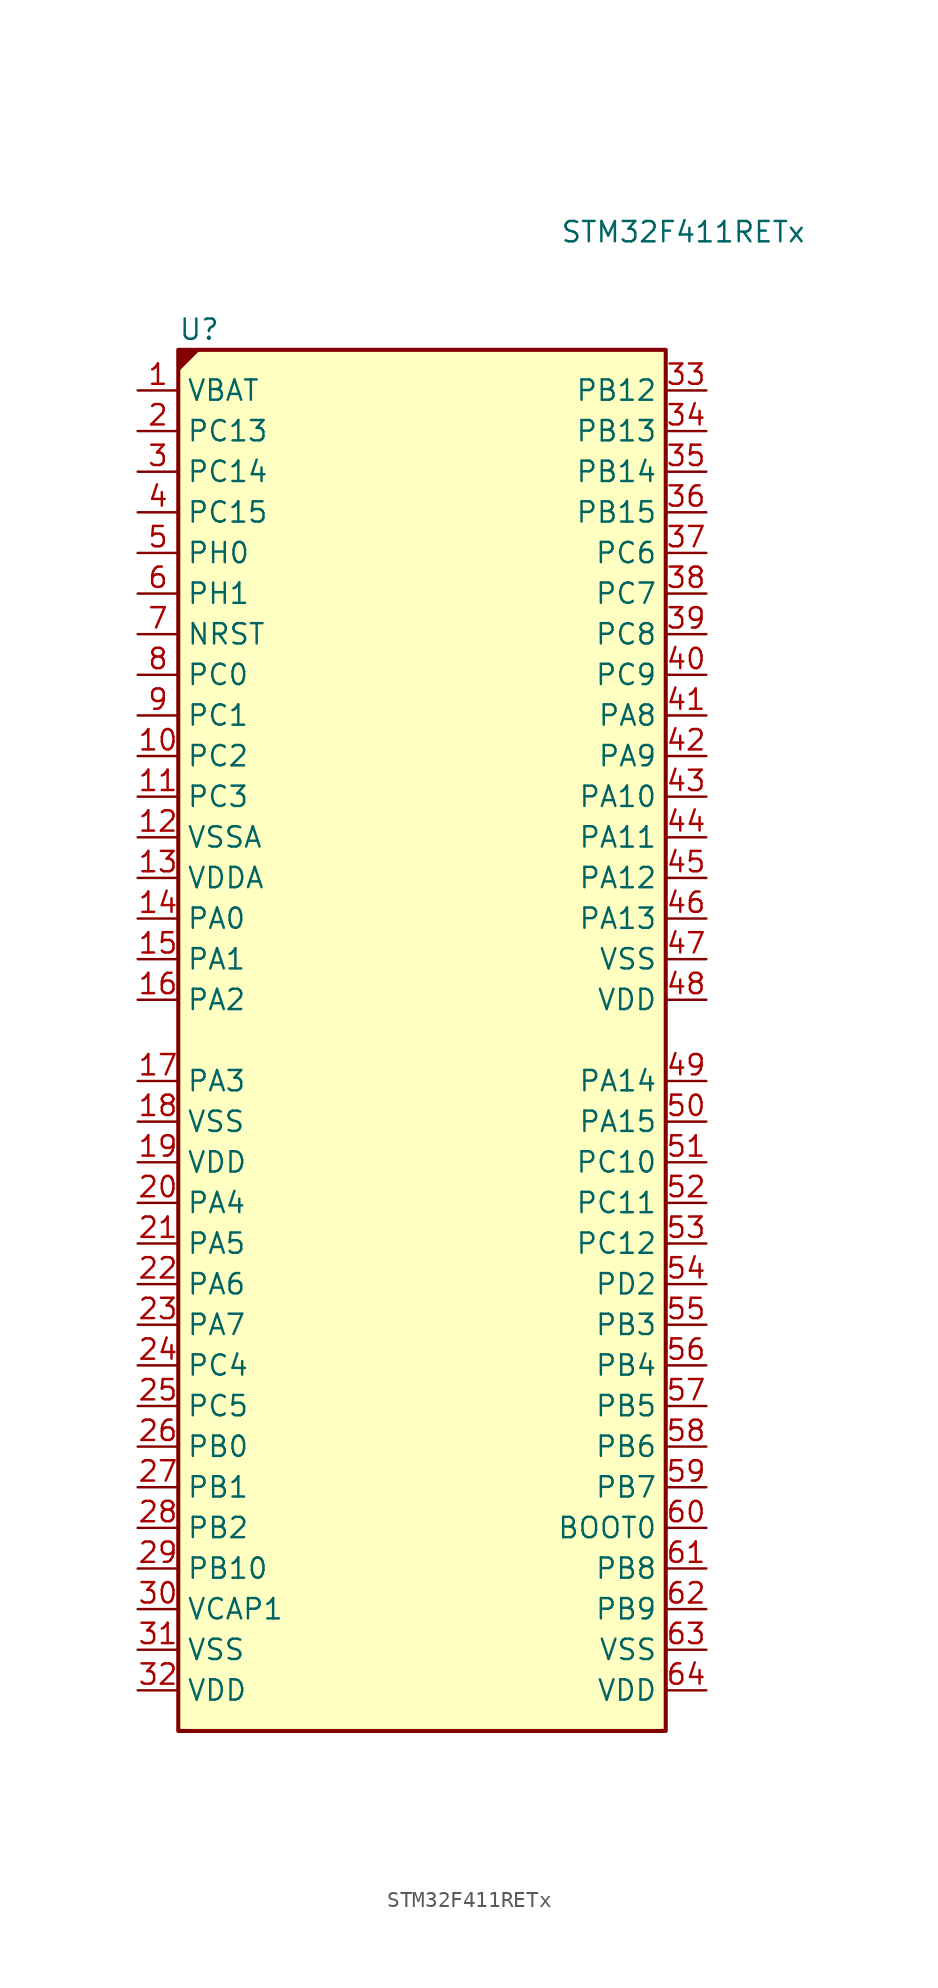
<source format=kicad_sym>
(kicad_symbol_lib
  (version 20231120)
  (generator "kicad_symbol_editor")
  (generator_version "8.0")
  (symbol "STM32F411RETx"
    (property "Reference" "U"
      (at -15.24 44.45 0)
      (effects (font (size 1.27 1.27)) (justify left)))
    (property "Value" "STM32F411RETx"
      (at 8.636 50.546 0)
      (effects (font (size 1.27 1.27)) (justify left)))
    (property "ki_locked" ""
      (at 0 0 0)
      (effects (font (size 1.27 1.27))))
    (symbol "STM32F411RETx_0_1"
      (rectangle (start -15.24 -43.18) (end 15.24 43.18) (stroke (width 0.254) (type default)) (fill (type background))))
    (symbol "STM32F411RETx_1_1"
      (polyline (pts (xy -15.24 43.18) (xy -13.97 43.18) (xy -15.24 41.91) (xy -15.24 43.18)) (stroke (width 0) (type default)) (fill (type outline)))
      (pin power_in line (at -17.78 40.64 0) (length 2.54) (name "VBAT" (effects (font (size 1.27 1.27)))) (number "1" (effects (font (size 1.27 1.27)))))
      (pin bidirectional line (at -17.78 17.78 0) (length 2.54) (name "PC2" (effects (font (size 1.27 1.27)))) (number "10" (effects (font (size 1.27 1.27)))) (alternate "ADC1_IN12" bidirectional line) (alternate "I2S2_ext_SD" bidirectional line) (alternate "SPI2_MISO" bidirectional line))
      (pin bidirectional line (at -17.78 15.24 0) (length 2.54) (name "PC3" (effects (font (size 1.27 1.27)))) (number "11" (effects (font (size 1.27 1.27)))) (alternate "ADC1_IN13" bidirectional line) (alternate "I2S2_SD" bidirectional line) (alternate "SPI2_MOSI" bidirectional line))
      (pin power_in line (at -17.78 12.7 0) (length 2.54) (name "VSSA" (effects (font (size 1.27 1.27)))) (number "12" (effects (font (size 1.27 1.27)))))
      (pin power_in line (at -17.78 10.16 0) (length 2.54) (name "VDDA" (effects (font (size 1.27 1.27)))) (number "13" (effects (font (size 1.27 1.27)))))
      (pin bidirectional line (at -17.78 7.62 0) (length 2.54) (name "PA0" (effects (font (size 1.27 1.27)))) (number "14" (effects (font (size 1.27 1.27)))) (alternate "ADC1_IN0" bidirectional line) (alternate "SYS_WKUP" bidirectional line) (alternate "TIM2_CH1" bidirectional line) (alternate "TIM2_ETR" bidirectional line) (alternate "TIM5_CH1" bidirectional line) (alternate "USART2_CTS" bidirectional line))
      (pin bidirectional line (at -17.78 5.08 0) (length 2.54) (name "PA1" (effects (font (size 1.27 1.27)))) (number "15" (effects (font (size 1.27 1.27)))) (alternate "ADC1_IN1" bidirectional line) (alternate "I2S4_SD" bidirectional line) (alternate "SPI4_MOSI" bidirectional line) (alternate "TIM2_CH2" bidirectional line) (alternate "TIM5_CH2" bidirectional line) (alternate "USART2_RTS" bidirectional line))
      (pin bidirectional line (at -17.78 2.54 0) (length 2.54) (name "PA2" (effects (font (size 1.27 1.27)))) (number "16" (effects (font (size 1.27 1.27)))) (alternate "ADC1_IN2" bidirectional line) (alternate "I2S_CKIN" bidirectional line) (alternate "TIM2_CH3" bidirectional line) (alternate "TIM5_CH3" bidirectional line) (alternate "TIM9_CH1" bidirectional line) (alternate "USART2_TX" bidirectional line))
      (pin bidirectional line (at -17.78 -2.54 0) (length 2.54) (name "PA3" (effects (font (size 1.27 1.27)))) (number "17" (effects (font (size 1.27 1.27)))) (alternate "ADC1_IN3" bidirectional line) (alternate "I2S2_MCK" bidirectional line) (alternate "TIM2_CH4" bidirectional line) (alternate "TIM5_CH4" bidirectional line) (alternate "TIM9_CH2" bidirectional line) (alternate "USART2_RX" bidirectional line))
      (pin power_in line (at -17.78 -5.08 0) (length 2.54) (name "VSS" (effects (font (size 1.27 1.27)))) (number "18" (effects (font (size 1.27 1.27)))))
      (pin power_in line (at -17.78 -7.62 0) (length 2.54) (name "VDD" (effects (font (size 1.27 1.27)))) (number "19" (effects (font (size 1.27 1.27)))))
      (pin bidirectional line (at -17.78 38.1 0) (length 2.54) (name "PC13" (effects (font (size 1.27 1.27)))) (number "2" (effects (font (size 1.27 1.27)))) (alternate "RTC_AF1" bidirectional line))
      (pin bidirectional line (at -17.78 -10.16 0) (length 2.54) (name "PA4" (effects (font (size 1.27 1.27)))) (number "20" (effects (font (size 1.27 1.27)))) (alternate "ADC1_IN4" bidirectional line) (alternate "I2S1_WS" bidirectional line) (alternate "I2S3_WS" bidirectional line) (alternate "SPI1_NSS" bidirectional line) (alternate "SPI3_NSS" bidirectional line) (alternate "USART2_CK" bidirectional line))
      (pin bidirectional line (at -17.78 -12.7 0) (length 2.54) (name "PA5" (effects (font (size 1.27 1.27)))) (number "21" (effects (font (size 1.27 1.27)))) (alternate "ADC1_IN5" bidirectional line) (alternate "I2S1_CK" bidirectional line) (alternate "SPI1_SCK" bidirectional line) (alternate "TIM2_CH1" bidirectional line) (alternate "TIM2_ETR" bidirectional line))
      (pin bidirectional line (at -17.78 -15.24 0) (length 2.54) (name "PA6" (effects (font (size 1.27 1.27)))) (number "22" (effects (font (size 1.27 1.27)))) (alternate "ADC1_IN6" bidirectional line) (alternate "I2S2_MCK" bidirectional line) (alternate "SDIO_CMD" bidirectional line) (alternate "SPI1_MISO" bidirectional line) (alternate "TIM1_BKIN" bidirectional line) (alternate "TIM3_CH1" bidirectional line))
      (pin bidirectional line (at -17.78 -17.78 0) (length 2.54) (name "PA7" (effects (font (size 1.27 1.27)))) (number "23" (effects (font (size 1.27 1.27)))) (alternate "ADC1_IN7" bidirectional line) (alternate "I2S1_SD" bidirectional line) (alternate "SPI1_MOSI" bidirectional line) (alternate "TIM1_CH1N" bidirectional line) (alternate "TIM3_CH2" bidirectional line))
      (pin bidirectional line (at -17.78 -20.32 0) (length 2.54) (name "PC4" (effects (font (size 1.27 1.27)))) (number "24" (effects (font (size 1.27 1.27)))) (alternate "ADC1_IN14" bidirectional line))
      (pin bidirectional line (at -17.78 -22.86 0) (length 2.54) (name "PC5" (effects (font (size 1.27 1.27)))) (number "25" (effects (font (size 1.27 1.27)))) (alternate "ADC1_IN15" bidirectional line))
      (pin bidirectional line (at -17.78 -25.4 0) (length 2.54) (name "PB0" (effects (font (size 1.27 1.27)))) (number "26" (effects (font (size 1.27 1.27)))) (alternate "ADC1_IN8" bidirectional line) (alternate "I2S5_CK" bidirectional line) (alternate "SPI5_SCK" bidirectional line) (alternate "TIM1_CH2N" bidirectional line) (alternate "TIM3_CH3" bidirectional line))
      (pin bidirectional line (at -17.78 -27.94 0) (length 2.54) (name "PB1" (effects (font (size 1.27 1.27)))) (number "27" (effects (font (size 1.27 1.27)))) (alternate "ADC1_IN9" bidirectional line) (alternate "I2S5_WS" bidirectional line) (alternate "SPI5_NSS" bidirectional line) (alternate "TIM1_CH3N" bidirectional line) (alternate "TIM3_CH4" bidirectional line))
      (pin bidirectional line (at -17.78 -30.48 0) (length 2.54) (name "PB2" (effects (font (size 1.27 1.27)))) (number "28" (effects (font (size 1.27 1.27)))))
      (pin bidirectional line (at -17.78 -33.02 0) (length 2.54) (name "PB10" (effects (font (size 1.27 1.27)))) (number "29" (effects (font (size 1.27 1.27)))) (alternate "I2C2_SCL" bidirectional line) (alternate "I2S2_CK" bidirectional line) (alternate "I2S3_MCK" bidirectional line) (alternate "SDIO_D7" bidirectional line) (alternate "SPI2_SCK" bidirectional line) (alternate "TIM2_CH3" bidirectional line))
      (pin bidirectional line (at -17.78 35.56 0) (length 2.54) (name "PC14" (effects (font (size 1.27 1.27)))) (number "3" (effects (font (size 1.27 1.27)))) (alternate "RCC_OSC32_IN" bidirectional line))
      (pin power_out line (at -17.78 -35.56 0) (length 2.54) (name "VCAP1" (effects (font (size 1.27 1.27)))) (number "30" (effects (font (size 1.27 1.27)))))
      (pin passive line (at -17.78 -38.1 0) (length 2.54) (name "VSS" (effects (font (size 1.27 1.27)))) (number "31" (effects (font (size 1.27 1.27)))))
      (pin power_in line (at -17.78 -40.64 0) (length 2.54) (name "VDD" (effects (font (size 1.27 1.27)))) (number "32" (effects (font (size 1.27 1.27)))))
      (pin bidirectional line (at 17.78 40.64 180) (length 2.54) (name "PB12" (effects (font (size 1.27 1.27)))) (number "33" (effects (font (size 1.27 1.27)))) (alternate "I2C2_SMBA" bidirectional line) (alternate "I2S2_WS" bidirectional line) (alternate "I2S3_CK" bidirectional line) (alternate "I2S4_WS" bidirectional line) (alternate "SPI2_NSS" bidirectional line) (alternate "SPI3_SCK" bidirectional line) (alternate "SPI4_NSS" bidirectional line) (alternate "TIM1_BKIN" bidirectional line))
      (pin bidirectional line (at 17.78 38.1 180) (length 2.54) (name "PB13" (effects (font (size 1.27 1.27)))) (number "34" (effects (font (size 1.27 1.27)))) (alternate "I2S2_CK" bidirectional line) (alternate "I2S4_CK" bidirectional line) (alternate "SPI2_SCK" bidirectional line) (alternate "SPI4_SCK" bidirectional line) (alternate "TIM1_CH1N" bidirectional line))
      (pin bidirectional line (at 17.78 35.56 180) (length 2.54) (name "PB14" (effects (font (size 1.27 1.27)))) (number "35" (effects (font (size 1.27 1.27)))) (alternate "I2S2_ext_SD" bidirectional line) (alternate "SDIO_D6" bidirectional line) (alternate "SPI2_MISO" bidirectional line) (alternate "TIM1_CH2N" bidirectional line))
      (pin bidirectional line (at 17.78 33.02 180) (length 2.54) (name "PB15" (effects (font (size 1.27 1.27)))) (number "36" (effects (font (size 1.27 1.27)))) (alternate "ADC1_EXTI15" bidirectional line) (alternate "I2S2_SD" bidirectional line) (alternate "RTC_REFIN" bidirectional line) (alternate "SDIO_CK" bidirectional line) (alternate "SPI2_MOSI" bidirectional line) (alternate "TIM1_CH3N" bidirectional line))
      (pin bidirectional line (at 17.78 30.48 180) (length 2.54) (name "PC6" (effects (font (size 1.27 1.27)))) (number "37" (effects (font (size 1.27 1.27)))) (alternate "I2S2_MCK" bidirectional line) (alternate "SDIO_D6" bidirectional line) (alternate "TIM3_CH1" bidirectional line) (alternate "USART6_TX" bidirectional line))
      (pin bidirectional line (at 17.78 27.94 180) (length 2.54) (name "PC7" (effects (font (size 1.27 1.27)))) (number "38" (effects (font (size 1.27 1.27)))) (alternate "I2S2_CK" bidirectional line) (alternate "I2S3_MCK" bidirectional line) (alternate "SDIO_D7" bidirectional line) (alternate "SPI2_SCK" bidirectional line) (alternate "TIM3_CH2" bidirectional line) (alternate "USART6_RX" bidirectional line))
      (pin bidirectional line (at 17.78 25.4 180) (length 2.54) (name "PC8" (effects (font (size 1.27 1.27)))) (number "39" (effects (font (size 1.27 1.27)))) (alternate "SDIO_D0" bidirectional line) (alternate "TIM3_CH3" bidirectional line) (alternate "USART6_CK" bidirectional line))
      (pin bidirectional line (at -17.78 33.02 0) (length 2.54) (name "PC15" (effects (font (size 1.27 1.27)))) (number "4" (effects (font (size 1.27 1.27)))) (alternate "ADC1_EXTI15" bidirectional line) (alternate "RCC_OSC32_OUT" bidirectional line))
      (pin bidirectional line (at 17.78 22.86 180) (length 2.54) (name "PC9" (effects (font (size 1.27 1.27)))) (number "40" (effects (font (size 1.27 1.27)))) (alternate "I2C3_SDA" bidirectional line) (alternate "I2S_CKIN" bidirectional line) (alternate "RCC_MCO_2" bidirectional line) (alternate "SDIO_D1" bidirectional line) (alternate "TIM3_CH4" bidirectional line))
      (pin bidirectional line (at 17.78 20.32 180) (length 2.54) (name "PA8" (effects (font (size 1.27 1.27)))) (number "41" (effects (font (size 1.27 1.27)))) (alternate "I2C3_SCL" bidirectional line) (alternate "RCC_MCO_1" bidirectional line) (alternate "SDIO_D1" bidirectional line) (alternate "TIM1_CH1" bidirectional line) (alternate "USART1_CK" bidirectional line) (alternate "USB_OTG_FS_SOF" bidirectional line))
      (pin bidirectional line (at 17.78 17.78 180) (length 2.54) (name "PA9" (effects (font (size 1.27 1.27)))) (number "42" (effects (font (size 1.27 1.27)))) (alternate "I2C3_SMBA" bidirectional line) (alternate "SDIO_D2" bidirectional line) (alternate "TIM1_CH2" bidirectional line) (alternate "USART1_TX" bidirectional line) (alternate "USB_OTG_FS_VBUS" bidirectional line))
      (pin bidirectional line (at 17.78 15.24 180) (length 2.54) (name "PA10" (effects (font (size 1.27 1.27)))) (number "43" (effects (font (size 1.27 1.27)))) (alternate "I2S5_SD" bidirectional line) (alternate "SPI5_MOSI" bidirectional line) (alternate "TIM1_CH3" bidirectional line) (alternate "USART1_RX" bidirectional line) (alternate "USB_OTG_FS_ID" bidirectional line))
      (pin bidirectional line (at 17.78 12.7 180) (length 2.54) (name "PA11" (effects (font (size 1.27 1.27)))) (number "44" (effects (font (size 1.27 1.27)))) (alternate "ADC1_EXTI11" bidirectional line) (alternate "SPI4_MISO" bidirectional line) (alternate "TIM1_CH4" bidirectional line) (alternate "USART1_CTS" bidirectional line) (alternate "USART6_TX" bidirectional line) (alternate "USB_OTG_FS_DM" bidirectional line))
      (pin bidirectional line (at 17.78 10.16 180) (length 2.54) (name "PA12" (effects (font (size 1.27 1.27)))) (number "45" (effects (font (size 1.27 1.27)))) (alternate "SPI5_MISO" bidirectional line) (alternate "TIM1_ETR" bidirectional line) (alternate "USART1_RTS" bidirectional line) (alternate "USART6_RX" bidirectional line) (alternate "USB_OTG_FS_DP" bidirectional line))
      (pin bidirectional line (at 17.78 7.62 180) (length 2.54) (name "PA13" (effects (font (size 1.27 1.27)))) (number "46" (effects (font (size 1.27 1.27)))) (alternate "SYS_JTMS-SWDIO" bidirectional line))
      (pin passive line (at 17.78 5.08 180) (length 2.54) (name "VSS" (effects (font (size 1.27 1.27)))) (number "47" (effects (font (size 1.27 1.27)))))
      (pin power_in line (at 17.78 2.54 180) (length 2.54) (name "VDD" (effects (font (size 1.27 1.27)))) (number "48" (effects (font (size 1.27 1.27)))))
      (pin bidirectional line (at 17.78 -2.54 180) (length 2.54) (name "PA14" (effects (font (size 1.27 1.27)))) (number "49" (effects (font (size 1.27 1.27)))) (alternate "SYS_JTCK-SWCLK" bidirectional line))
      (pin bidirectional line (at -17.78 30.48 0) (length 2.54) (name "PH0" (effects (font (size 1.27 1.27)))) (number "5" (effects (font (size 1.27 1.27)))) (alternate "RCC_OSC_IN" bidirectional line))
      (pin bidirectional line (at 17.78 -5.08 180) (length 2.54) (name "PA15" (effects (font (size 1.27 1.27)))) (number "50" (effects (font (size 1.27 1.27)))) (alternate "ADC1_EXTI15" bidirectional line) (alternate "I2S1_WS" bidirectional line) (alternate "I2S3_WS" bidirectional line) (alternate "SPI1_NSS" bidirectional line) (alternate "SPI3_NSS" bidirectional line) (alternate "SYS_JTDI" bidirectional line) (alternate "TIM2_CH1" bidirectional line) (alternate "TIM2_ETR" bidirectional line) (alternate "USART1_TX" bidirectional line))
      (pin bidirectional line (at 17.78 -7.62 180) (length 2.54) (name "PC10" (effects (font (size 1.27 1.27)))) (number "51" (effects (font (size 1.27 1.27)))) (alternate "I2S3_CK" bidirectional line) (alternate "SDIO_D2" bidirectional line) (alternate "SPI3_SCK" bidirectional line))
      (pin bidirectional line (at 17.78 -10.16 180) (length 2.54) (name "PC11" (effects (font (size 1.27 1.27)))) (number "52" (effects (font (size 1.27 1.27)))) (alternate "ADC1_EXTI11" bidirectional line) (alternate "I2S3_ext_SD" bidirectional line) (alternate "SDIO_D3" bidirectional line) (alternate "SPI3_MISO" bidirectional line))
      (pin bidirectional line (at 17.78 -12.7 180) (length 2.54) (name "PC12" (effects (font (size 1.27 1.27)))) (number "53" (effects (font (size 1.27 1.27)))) (alternate "I2S3_SD" bidirectional line) (alternate "SDIO_CK" bidirectional line) (alternate "SPI3_MOSI" bidirectional line))
      (pin bidirectional line (at 17.78 -15.24 180) (length 2.54) (name "PD2" (effects (font (size 1.27 1.27)))) (number "54" (effects (font (size 1.27 1.27)))) (alternate "SDIO_CMD" bidirectional line) (alternate "TIM3_ETR" bidirectional line))
      (pin bidirectional line (at 17.78 -17.78 180) (length 2.54) (name "PB3" (effects (font (size 1.27 1.27)))) (number "55" (effects (font (size 1.27 1.27)))) (alternate "I2C2_SDA" bidirectional line) (alternate "I2S1_CK" bidirectional line) (alternate "I2S3_CK" bidirectional line) (alternate "SPI1_SCK" bidirectional line) (alternate "SPI3_SCK" bidirectional line) (alternate "SYS_JTDO-SWO" bidirectional line) (alternate "TIM2_CH2" bidirectional line) (alternate "USART1_RX" bidirectional line))
      (pin bidirectional line (at 17.78 -20.32 180) (length 2.54) (name "PB4" (effects (font (size 1.27 1.27)))) (number "56" (effects (font (size 1.27 1.27)))) (alternate "I2C3_SDA" bidirectional line) (alternate "I2S3_ext_SD" bidirectional line) (alternate "SDIO_D0" bidirectional line) (alternate "SPI1_MISO" bidirectional line) (alternate "SPI3_MISO" bidirectional line) (alternate "SYS_JTRST" bidirectional line) (alternate "TIM3_CH1" bidirectional line))
      (pin bidirectional line (at 17.78 -22.86 180) (length 2.54) (name "PB5" (effects (font (size 1.27 1.27)))) (number "57" (effects (font (size 1.27 1.27)))) (alternate "I2C1_SMBA" bidirectional line) (alternate "I2S1_SD" bidirectional line) (alternate "I2S3_SD" bidirectional line) (alternate "SDIO_D3" bidirectional line) (alternate "SPI1_MOSI" bidirectional line) (alternate "SPI3_MOSI" bidirectional line) (alternate "TIM3_CH2" bidirectional line))
      (pin bidirectional line (at 17.78 -25.4 180) (length 2.54) (name "PB6" (effects (font (size 1.27 1.27)))) (number "58" (effects (font (size 1.27 1.27)))) (alternate "I2C1_SCL" bidirectional line) (alternate "TIM4_CH1" bidirectional line) (alternate "USART1_TX" bidirectional line))
      (pin bidirectional line (at 17.78 -27.94 180) (length 2.54) (name "PB7" (effects (font (size 1.27 1.27)))) (number "59" (effects (font (size 1.27 1.27)))) (alternate "I2C1_SDA" bidirectional line) (alternate "SDIO_D0" bidirectional line) (alternate "TIM4_CH2" bidirectional line) (alternate "USART1_RX" bidirectional line))
      (pin bidirectional line (at -17.78 27.94 0) (length 2.54) (name "PH1" (effects (font (size 1.27 1.27)))) (number "6" (effects (font (size 1.27 1.27)))) (alternate "RCC_OSC_OUT" bidirectional line))
      (pin input line (at 17.78 -30.48 180) (length 2.54) (name "BOOT0" (effects (font (size 1.27 1.27)))) (number "60" (effects (font (size 1.27 1.27)))))
      (pin bidirectional line (at 17.78 -33.02 180) (length 2.54) (name "PB8" (effects (font (size 1.27 1.27)))) (number "61" (effects (font (size 1.27 1.27)))) (alternate "I2C1_SCL" bidirectional line) (alternate "I2C3_SDA" bidirectional line) (alternate "I2S5_SD" bidirectional line) (alternate "SDIO_D4" bidirectional line) (alternate "SPI5_MOSI" bidirectional line) (alternate "TIM10_CH1" bidirectional line) (alternate "TIM4_CH3" bidirectional line))
      (pin bidirectional line (at 17.78 -35.56 180) (length 2.54) (name "PB9" (effects (font (size 1.27 1.27)))) (number "62" (effects (font (size 1.27 1.27)))) (alternate "I2C1_SDA" bidirectional line) (alternate "I2C2_SDA" bidirectional line) (alternate "I2S2_WS" bidirectional line) (alternate "SDIO_D5" bidirectional line) (alternate "SPI2_NSS" bidirectional line) (alternate "TIM11_CH1" bidirectional line) (alternate "TIM4_CH4" bidirectional line))
      (pin passive line (at 17.78 -38.1 180) (length 2.54) (name "VSS" (effects (font (size 1.27 1.27)))) (number "63" (effects (font (size 1.27 1.27)))))
      (pin power_in line (at 17.78 -40.64 180) (length 2.54) (name "VDD" (effects (font (size 1.27 1.27)))) (number "64" (effects (font (size 1.27 1.27)))))
      (pin input line (at -17.78 25.4 0) (length 2.54) (name "NRST" (effects (font (size 1.27 1.27)))) (number "7" (effects (font (size 1.27 1.27)))))
      (pin bidirectional line (at -17.78 22.86 0) (length 2.54) (name "PC0" (effects (font (size 1.27 1.27)))) (number "8" (effects (font (size 1.27 1.27)))) (alternate "ADC1_IN10" bidirectional line))
      (pin bidirectional line (at -17.78 20.32 0) (length 2.54) (name "PC1" (effects (font (size 1.27 1.27)))) (number "9" (effects (font (size 1.27 1.27)))) (alternate "ADC1_IN11" bidirectional line)))))
</source>
